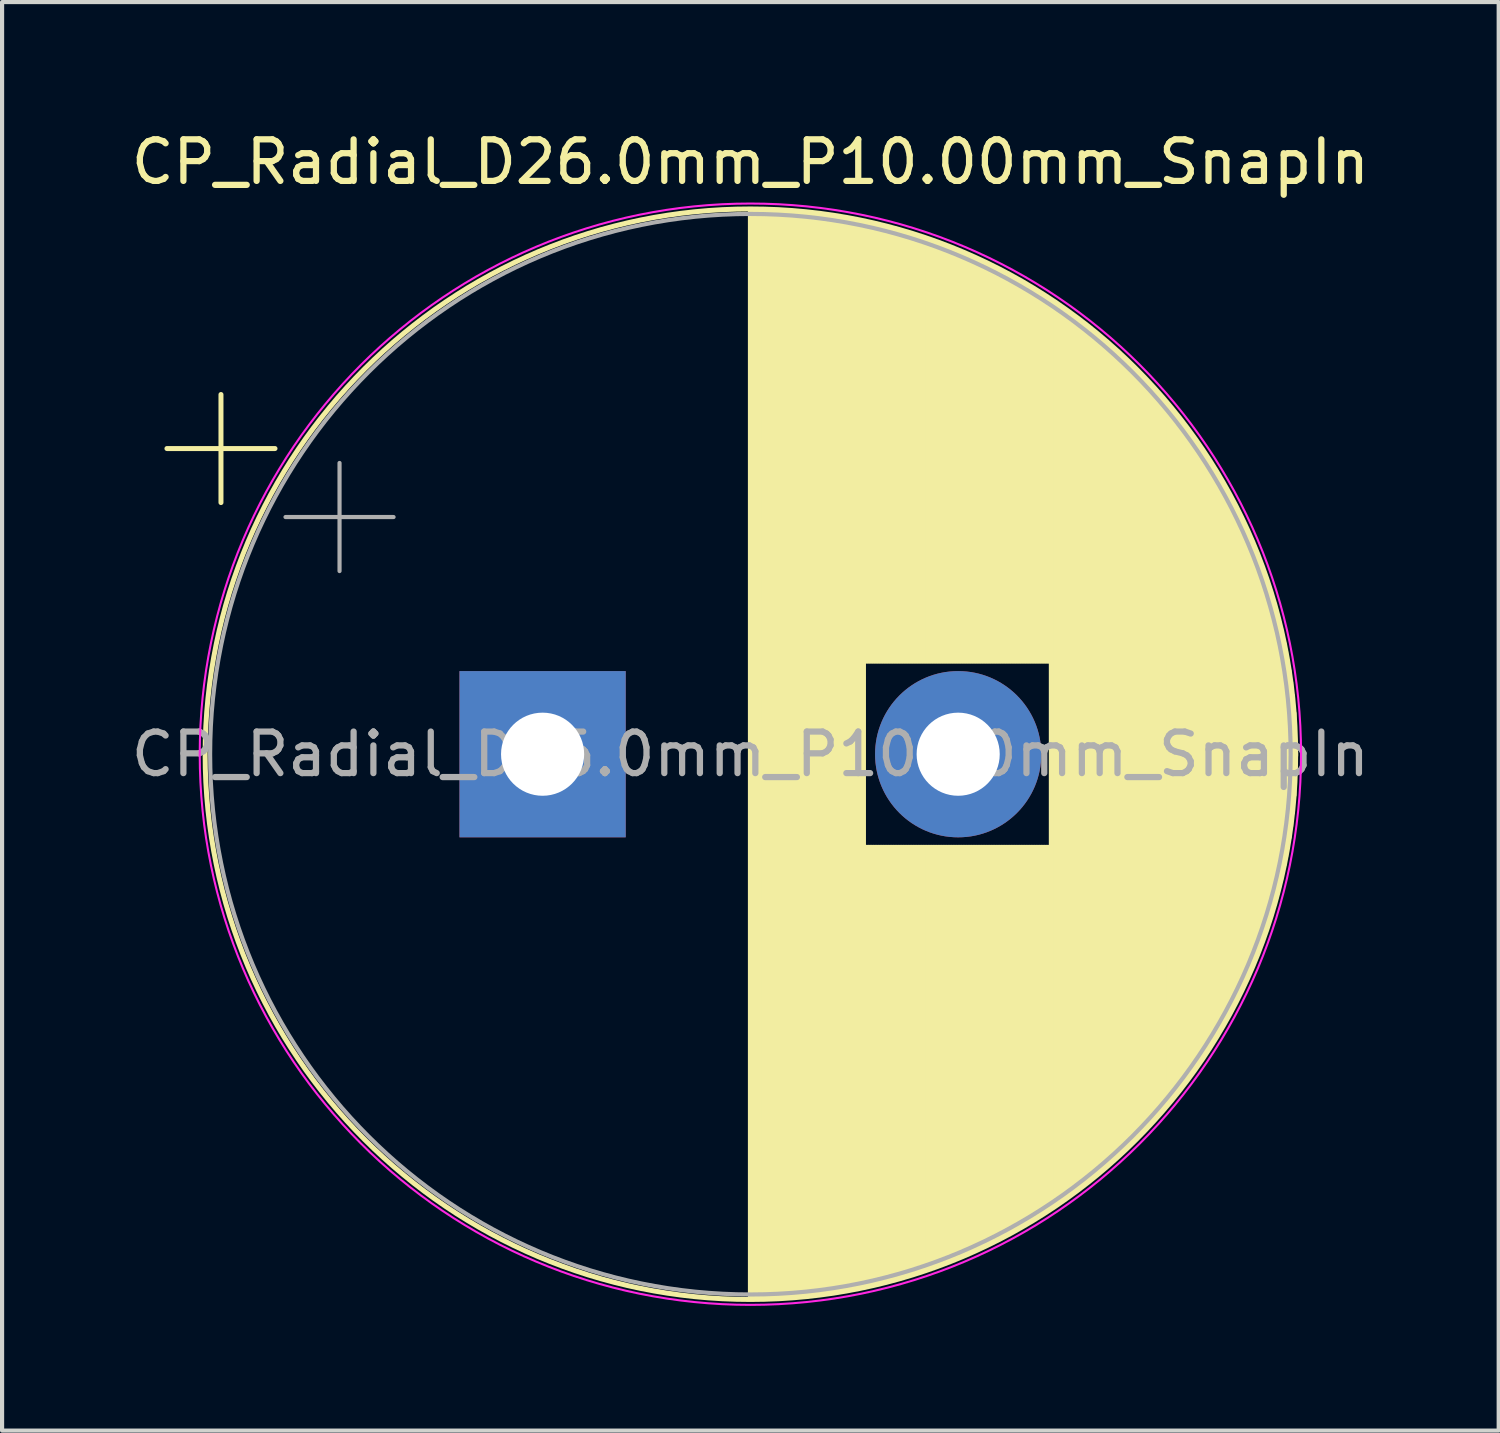
<source format=kicad_pcb>
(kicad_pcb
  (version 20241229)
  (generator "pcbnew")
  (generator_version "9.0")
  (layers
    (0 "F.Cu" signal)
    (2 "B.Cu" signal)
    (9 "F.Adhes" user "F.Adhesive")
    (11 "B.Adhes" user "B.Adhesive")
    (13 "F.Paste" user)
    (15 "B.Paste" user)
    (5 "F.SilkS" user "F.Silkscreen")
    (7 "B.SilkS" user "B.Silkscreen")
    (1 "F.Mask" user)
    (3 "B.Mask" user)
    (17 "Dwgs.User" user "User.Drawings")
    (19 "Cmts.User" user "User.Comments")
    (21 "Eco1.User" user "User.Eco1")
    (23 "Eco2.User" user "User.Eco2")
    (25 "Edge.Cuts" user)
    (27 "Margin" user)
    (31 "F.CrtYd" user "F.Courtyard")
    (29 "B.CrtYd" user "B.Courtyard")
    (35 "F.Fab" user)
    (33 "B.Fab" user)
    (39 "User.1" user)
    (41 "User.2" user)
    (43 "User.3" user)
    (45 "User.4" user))
  (footprint "CP_Radial_D26.0mm_P10.00mm_SnapIn"
    (layer "F.Cu")
    (at 10.006 15.098)
    (property "Reference" "CP_Radial_D26.0mm_P10.00mm_SnapIn" (at 5 -14.25 0) (layer "F.SilkS") (effects (font (size 1 1) (thickness 0.15))))
    (attr through_hole)
    (fp_line (start -9.039 -7.355) (end -6.439 -7.355) (stroke (width 0.12) (type solid)) (layer "F.SilkS"))
    (fp_line (start -7.739 -8.655) (end -7.739 -6.055) (stroke (width 0.12) (type solid)) (layer "F.SilkS"))
    (fp_line (start 5 -13.081) (end 5 13.081) (stroke (width 0.12) (type solid)) (layer "F.SilkS"))
    (fp_line (start 5.04 -13.08) (end 5.04 13.08) (stroke (width 0.12) (type solid)) (layer "F.SilkS"))
    (fp_line (start 5.08 -13.08) (end 5.08 13.08) (stroke (width 0.12) (type solid)) (layer "F.SilkS"))
    (fp_line (start 5.12 -13.08) (end 5.12 13.08) (stroke (width 0.12) (type solid)) (layer "F.SilkS"))
    (fp_line (start 5.16 -13.08) (end 5.16 13.08) (stroke (width 0.12) (type solid)) (layer "F.SilkS"))
    (fp_line (start 5.2 -13.079) (end 5.2 13.079) (stroke (width 0.12) (type solid)) (layer "F.SilkS"))
    (fp_line (start 5.24 -13.078) (end 5.24 13.078) (stroke (width 0.12) (type solid)) (layer "F.SilkS"))
    (fp_line (start 5.28 -13.078) (end 5.28 13.078) (stroke (width 0.12) (type solid)) (layer "F.SilkS"))
    (fp_line (start 5.32 -13.077) (end 5.32 13.077) (stroke (width 0.12) (type solid)) (layer "F.SilkS"))
    (fp_line (start 5.36 -13.076) (end 5.36 13.076) (stroke (width 0.12) (type solid)) (layer "F.SilkS"))
    (fp_line (start 5.4 -13.074) (end 5.4 13.074) (stroke (width 0.12) (type solid)) (layer "F.SilkS"))
    (fp_line (start 5.44 -13.073) (end 5.44 13.073) (stroke (width 0.12) (type solid)) (layer "F.SilkS"))
    (fp_line (start 5.48 -13.072) (end 5.48 13.072) (stroke (width 0.12) (type solid)) (layer "F.SilkS"))
    (fp_line (start 5.52 -13.07) (end 5.52 13.07) (stroke (width 0.12) (type solid)) (layer "F.SilkS"))
    (fp_line (start 5.56 -13.069) (end 5.56 13.069) (stroke (width 0.12) (type solid)) (layer "F.SilkS"))
    (fp_line (start 5.6 -13.067) (end 5.6 13.067) (stroke (width 0.12) (type solid)) (layer "F.SilkS"))
    (fp_line (start 5.64 -13.065) (end 5.64 13.065) (stroke (width 0.12) (type solid)) (layer "F.SilkS"))
    (fp_line (start 5.68 -13.063) (end 5.68 13.063) (stroke (width 0.12) (type solid)) (layer "F.SilkS"))
    (fp_line (start 5.721 -13.061) (end 5.721 13.061) (stroke (width 0.12) (type solid)) (layer "F.SilkS"))
    (fp_line (start 5.761 -13.058) (end 5.761 13.058) (stroke (width 0.12) (type solid)) (layer "F.SilkS"))
    (fp_line (start 5.801 -13.056) (end 5.801 13.056) (stroke (width 0.12) (type solid)) (layer "F.SilkS"))
    (fp_line (start 5.841 -13.054) (end 5.841 13.054) (stroke (width 0.12) (type solid)) (layer "F.SilkS"))
    (fp_line (start 5.881 -13.051) (end 5.881 13.051) (stroke (width 0.12) (type solid)) (layer "F.SilkS"))
    (fp_line (start 5.921 -13.048) (end 5.921 13.048) (stroke (width 0.12) (type solid)) (layer "F.SilkS"))
    (fp_line (start 5.961 -13.045) (end 5.961 13.045) (stroke (width 0.12) (type solid)) (layer "F.SilkS"))
    (fp_line (start 6.001 -13.042) (end 6.001 13.042) (stroke (width 0.12) (type solid)) (layer "F.SilkS"))
    (fp_line (start 6.041 -13.039) (end 6.041 13.039) (stroke (width 0.12) (type solid)) (layer "F.SilkS"))
    (fp_line (start 6.081 -13.036) (end 6.081 13.036) (stroke (width 0.12) (type solid)) (layer "F.SilkS"))
    (fp_line (start 6.121 -13.033) (end 6.121 13.033) (stroke (width 0.12) (type solid)) (layer "F.SilkS"))
    (fp_line (start 6.161 -13.029) (end 6.161 13.029) (stroke (width 0.12) (type solid)) (layer "F.SilkS"))
    (fp_line (start 6.201 -13.026) (end 6.201 13.026) (stroke (width 0.12) (type solid)) (layer "F.SilkS"))
    (fp_line (start 6.241 -13.022) (end 6.241 13.022) (stroke (width 0.12) (type solid)) (layer "F.SilkS"))
    (fp_line (start 6.281 -13.018) (end 6.281 13.018) (stroke (width 0.12) (type solid)) (layer "F.SilkS"))
    (fp_line (start 6.321 -13.014) (end 6.321 13.014) (stroke (width 0.12) (type solid)) (layer "F.SilkS"))
    (fp_line (start 6.361 -13.01) (end 6.361 13.01) (stroke (width 0.12) (type solid)) (layer "F.SilkS"))
    (fp_line (start 6.401 -13.006) (end 6.401 13.006) (stroke (width 0.12) (type solid)) (layer "F.SilkS"))
    (fp_line (start 6.441 -13.001) (end 6.441 13.001) (stroke (width 0.12) (type solid)) (layer "F.SilkS"))
    (fp_line (start 6.481 -12.997) (end 6.481 12.997) (stroke (width 0.12) (type solid)) (layer "F.SilkS"))
    (fp_line (start 6.521 -12.992) (end 6.521 12.992) (stroke (width 0.12) (type solid)) (layer "F.SilkS"))
    (fp_line (start 6.561 -12.987) (end 6.561 12.987) (stroke (width 0.12) (type solid)) (layer "F.SilkS"))
    (fp_line (start 6.601 -12.983) (end 6.601 12.983) (stroke (width 0.12) (type solid)) (layer "F.SilkS"))
    (fp_line (start 6.641 -12.978) (end 6.641 12.978) (stroke (width 0.12) (type solid)) (layer "F.SilkS"))
    (fp_line (start 6.681 -12.972) (end 6.681 12.972) (stroke (width 0.12) (type solid)) (layer "F.SilkS"))
    (fp_line (start 6.721 -12.967) (end 6.721 12.967) (stroke (width 0.12) (type solid)) (layer "F.SilkS"))
    (fp_line (start 6.761 -12.962) (end 6.761 12.962) (stroke (width 0.12) (type solid)) (layer "F.SilkS"))
    (fp_line (start 6.801 -12.956) (end 6.801 12.956) (stroke (width 0.12) (type solid)) (layer "F.SilkS"))
    (fp_line (start 6.841 -12.951) (end 6.841 12.951) (stroke (width 0.12) (type solid)) (layer "F.SilkS"))
    (fp_line (start 6.881 -12.945) (end 6.881 12.945) (stroke (width 0.12) (type solid)) (layer "F.SilkS"))
    (fp_line (start 6.921 -12.939) (end 6.921 12.939) (stroke (width 0.12) (type solid)) (layer "F.SilkS"))
    (fp_line (start 6.961 -12.933) (end 6.961 12.933) (stroke (width 0.12) (type solid)) (layer "F.SilkS"))
    (fp_line (start 7.001 -12.927) (end 7.001 12.927) (stroke (width 0.12) (type solid)) (layer "F.SilkS"))
    (fp_line (start 7.041 -12.921) (end 7.041 12.921) (stroke (width 0.12) (type solid)) (layer "F.SilkS"))
    (fp_line (start 7.081 -12.915) (end 7.081 12.915) (stroke (width 0.12) (type solid)) (layer "F.SilkS"))
    (fp_line (start 7.121 -12.908) (end 7.121 12.908) (stroke (width 0.12) (type solid)) (layer "F.SilkS"))
    (fp_line (start 7.161 -12.901) (end 7.161 12.901) (stroke (width 0.12) (type solid)) (layer "F.SilkS"))
    (fp_line (start 7.201 -12.895) (end 7.201 12.895) (stroke (width 0.12) (type solid)) (layer "F.SilkS"))
    (fp_line (start 7.241 -12.888) (end 7.241 12.888) (stroke (width 0.12) (type solid)) (layer "F.SilkS"))
    (fp_line (start 7.281 -12.881) (end 7.281 12.881) (stroke (width 0.12) (type solid)) (layer "F.SilkS"))
    (fp_line (start 7.321 -12.874) (end 7.321 12.874) (stroke (width 0.12) (type solid)) (layer "F.SilkS"))
    (fp_line (start 7.361 -12.866) (end 7.361 12.866) (stroke (width 0.12) (type solid)) (layer "F.SilkS"))
    (fp_line (start 7.401 -12.859) (end 7.401 12.859) (stroke (width 0.12) (type solid)) (layer "F.SilkS"))
    (fp_line (start 7.441 -12.852) (end 7.441 12.852) (stroke (width 0.12) (type solid)) (layer "F.SilkS"))
    (fp_line (start 7.481 -12.844) (end 7.481 12.844) (stroke (width 0.12) (type solid)) (layer "F.SilkS"))
    (fp_line (start 7.521 -12.836) (end 7.521 12.836) (stroke (width 0.12) (type solid)) (layer "F.SilkS"))
    (fp_line (start 7.561 -12.828) (end 7.561 12.828) (stroke (width 0.12) (type solid)) (layer "F.SilkS"))
    (fp_line (start 7.601 -12.82) (end 7.601 12.82) (stroke (width 0.12) (type solid)) (layer "F.SilkS"))
    (fp_line (start 7.641 -12.812) (end 7.641 12.812) (stroke (width 0.12) (type solid)) (layer "F.SilkS"))
    (fp_line (start 7.681 -12.804) (end 7.681 12.804) (stroke (width 0.12) (type solid)) (layer "F.SilkS"))
    (fp_line (start 7.721 -12.795) (end 7.721 12.795) (stroke (width 0.12) (type solid)) (layer "F.SilkS"))
    (fp_line (start 7.761 -12.787) (end 7.761 -2.24) (stroke (width 0.12) (type solid)) (layer "F.SilkS"))
    (fp_line (start 7.761 2.24) (end 7.761 12.787) (stroke (width 0.12) (type solid)) (layer "F.SilkS"))
    (fp_line (start 7.801 -12.778) (end 7.801 -2.24) (stroke (width 0.12) (type solid)) (layer "F.SilkS"))
    (fp_line (start 7.801 2.24) (end 7.801 12.778) (stroke (width 0.12) (type solid)) (layer "F.SilkS"))
    (fp_line (start 7.841 -12.769) (end 7.841 -2.24) (stroke (width 0.12) (type solid)) (layer "F.SilkS"))
    (fp_line (start 7.841 2.24) (end 7.841 12.769) (stroke (width 0.12) (type solid)) (layer "F.SilkS"))
    (fp_line (start 7.881 -12.761) (end 7.881 -2.24) (stroke (width 0.12) (type solid)) (layer "F.SilkS"))
    (fp_line (start 7.881 2.24) (end 7.881 12.761) (stroke (width 0.12) (type solid)) (layer "F.SilkS"))
    (fp_line (start 7.921 -12.751) (end 7.921 -2.24) (stroke (width 0.12) (type solid)) (layer "F.SilkS"))
    (fp_line (start 7.921 2.24) (end 7.921 12.751) (stroke (width 0.12) (type solid)) (layer "F.SilkS"))
    (fp_line (start 7.961 -12.742) (end 7.961 -2.24) (stroke (width 0.12) (type solid)) (layer "F.SilkS"))
    (fp_line (start 7.961 2.24) (end 7.961 12.742) (stroke (width 0.12) (type solid)) (layer "F.SilkS"))
    (fp_line (start 8.001 -12.733) (end 8.001 -2.24) (stroke (width 0.12) (type solid)) (layer "F.SilkS"))
    (fp_line (start 8.001 2.24) (end 8.001 12.733) (stroke (width 0.12) (type solid)) (layer "F.SilkS"))
    (fp_line (start 8.041 -12.723) (end 8.041 -2.24) (stroke (width 0.12) (type solid)) (layer "F.SilkS"))
    (fp_line (start 8.041 2.24) (end 8.041 12.723) (stroke (width 0.12) (type solid)) (layer "F.SilkS"))
    (fp_line (start 8.081 -12.714) (end 8.081 -2.24) (stroke (width 0.12) (type solid)) (layer "F.SilkS"))
    (fp_line (start 8.081 2.24) (end 8.081 12.714) (stroke (width 0.12) (type solid)) (layer "F.SilkS"))
    (fp_line (start 8.121 -12.704) (end 8.121 -2.24) (stroke (width 0.12) (type solid)) (layer "F.SilkS"))
    (fp_line (start 8.121 2.24) (end 8.121 12.704) (stroke (width 0.12) (type solid)) (layer "F.SilkS"))
    (fp_line (start 8.161 -12.694) (end 8.161 -2.24) (stroke (width 0.12) (type solid)) (layer "F.SilkS"))
    (fp_line (start 8.161 2.24) (end 8.161 12.694) (stroke (width 0.12) (type solid)) (layer "F.SilkS"))
    (fp_line (start 8.201 -12.684) (end 8.201 -2.24) (stroke (width 0.12) (type solid)) (layer "F.SilkS"))
    (fp_line (start 8.201 2.24) (end 8.201 12.684) (stroke (width 0.12) (type solid)) (layer "F.SilkS"))
    (fp_line (start 8.241 -12.674) (end 8.241 -2.24) (stroke (width 0.12) (type solid)) (layer "F.SilkS"))
    (fp_line (start 8.241 2.24) (end 8.241 12.674) (stroke (width 0.12) (type solid)) (layer "F.SilkS"))
    (fp_line (start 8.281 -12.664) (end 8.281 -2.24) (stroke (width 0.12) (type solid)) (layer "F.SilkS"))
    (fp_line (start 8.281 2.24) (end 8.281 12.664) (stroke (width 0.12) (type solid)) (layer "F.SilkS"))
    (fp_line (start 8.321 -12.653) (end 8.321 -2.24) (stroke (width 0.12) (type solid)) (layer "F.SilkS"))
    (fp_line (start 8.321 2.24) (end 8.321 12.653) (stroke (width 0.12) (type solid)) (layer "F.SilkS"))
    (fp_line (start 8.361 -12.643) (end 8.361 -2.24) (stroke (width 0.12) (type solid)) (layer "F.SilkS"))
    (fp_line (start 8.361 2.24) (end 8.361 12.643) (stroke (width 0.12) (type solid)) (layer "F.SilkS"))
    (fp_line (start 8.401 -12.632) (end 8.401 -2.24) (stroke (width 0.12) (type solid)) (layer "F.SilkS"))
    (fp_line (start 8.401 2.24) (end 8.401 12.632) (stroke (width 0.12) (type solid)) (layer "F.SilkS"))
    (fp_line (start 8.441 -12.621) (end 8.441 -2.24) (stroke (width 0.12) (type solid)) (layer "F.SilkS"))
    (fp_line (start 8.441 2.24) (end 8.441 12.621) (stroke (width 0.12) (type solid)) (layer "F.SilkS"))
    (fp_line (start 8.481 -12.611) (end 8.481 -2.24) (stroke (width 0.12) (type solid)) (layer "F.SilkS"))
    (fp_line (start 8.481 2.24) (end 8.481 12.611) (stroke (width 0.12) (type solid)) (layer "F.SilkS"))
    (fp_line (start 8.521 -12.599) (end 8.521 -2.24) (stroke (width 0.12) (type solid)) (layer "F.SilkS"))
    (fp_line (start 8.521 2.24) (end 8.521 12.599) (stroke (width 0.12) (type solid)) (layer "F.SilkS"))
    (fp_line (start 8.561 -12.588) (end 8.561 -2.24) (stroke (width 0.12) (type solid)) (layer "F.SilkS"))
    (fp_line (start 8.561 2.24) (end 8.561 12.588) (stroke (width 0.12) (type solid)) (layer "F.SilkS"))
    (fp_line (start 8.601 -12.577) (end 8.601 -2.24) (stroke (width 0.12) (type solid)) (layer "F.SilkS"))
    (fp_line (start 8.601 2.24) (end 8.601 12.577) (stroke (width 0.12) (type solid)) (layer "F.SilkS"))
    (fp_line (start 8.641 -12.565) (end 8.641 -2.24) (stroke (width 0.12) (type solid)) (layer "F.SilkS"))
    (fp_line (start 8.641 2.24) (end 8.641 12.565) (stroke (width 0.12) (type solid)) (layer "F.SilkS"))
    (fp_line (start 8.681 -12.554) (end 8.681 -2.24) (stroke (width 0.12) (type solid)) (layer "F.SilkS"))
    (fp_line (start 8.681 2.24) (end 8.681 12.554) (stroke (width 0.12) (type solid)) (layer "F.SilkS"))
    (fp_line (start 8.721 -12.542) (end 8.721 -2.24) (stroke (width 0.12) (type solid)) (layer "F.SilkS"))
    (fp_line (start 8.721 2.24) (end 8.721 12.542) (stroke (width 0.12) (type solid)) (layer "F.SilkS"))
    (fp_line (start 8.761 -12.53) (end 8.761 -2.24) (stroke (width 0.12) (type solid)) (layer "F.SilkS"))
    (fp_line (start 8.761 2.24) (end 8.761 12.53) (stroke (width 0.12) (type solid)) (layer "F.SilkS"))
    (fp_line (start 8.801 -12.518) (end 8.801 -2.24) (stroke (width 0.12) (type solid)) (layer "F.SilkS"))
    (fp_line (start 8.801 2.24) (end 8.801 12.518) (stroke (width 0.12) (type solid)) (layer "F.SilkS"))
    (fp_line (start 8.841 -12.506) (end 8.841 -2.24) (stroke (width 0.12) (type solid)) (layer "F.SilkS"))
    (fp_line (start 8.841 2.24) (end 8.841 12.506) (stroke (width 0.12) (type solid)) (layer "F.SilkS"))
    (fp_line (start 8.881 -12.494) (end 8.881 -2.24) (stroke (width 0.12) (type solid)) (layer "F.SilkS"))
    (fp_line (start 8.881 2.24) (end 8.881 12.494) (stroke (width 0.12) (type solid)) (layer "F.SilkS"))
    (fp_line (start 8.921 -12.481) (end 8.921 -2.24) (stroke (width 0.12) (type solid)) (layer "F.SilkS"))
    (fp_line (start 8.921 2.24) (end 8.921 12.481) (stroke (width 0.12) (type solid)) (layer "F.SilkS"))
    (fp_line (start 8.961 -12.469) (end 8.961 -2.24) (stroke (width 0.12) (type solid)) (layer "F.SilkS"))
    (fp_line (start 8.961 2.24) (end 8.961 12.469) (stroke (width 0.12) (type solid)) (layer "F.SilkS"))
    (fp_line (start 9.001 -12.456) (end 9.001 -2.24) (stroke (width 0.12) (type solid)) (layer "F.SilkS"))
    (fp_line (start 9.001 2.24) (end 9.001 12.456) (stroke (width 0.12) (type solid)) (layer "F.SilkS"))
    (fp_line (start 9.041 -12.443) (end 9.041 -2.24) (stroke (width 0.12) (type solid)) (layer "F.SilkS"))
    (fp_line (start 9.041 2.24) (end 9.041 12.443) (stroke (width 0.12) (type solid)) (layer "F.SilkS"))
    (fp_line (start 9.081 -12.43) (end 9.081 -2.24) (stroke (width 0.12) (type solid)) (layer "F.SilkS"))
    (fp_line (start 9.081 2.24) (end 9.081 12.43) (stroke (width 0.12) (type solid)) (layer "F.SilkS"))
    (fp_line (start 9.121 -12.417) (end 9.121 -2.24) (stroke (width 0.12) (type solid)) (layer "F.SilkS"))
    (fp_line (start 9.121 2.24) (end 9.121 12.417) (stroke (width 0.12) (type solid)) (layer "F.SilkS"))
    (fp_line (start 9.161 -12.404) (end 9.161 -2.24) (stroke (width 0.12) (type solid)) (layer "F.SilkS"))
    (fp_line (start 9.161 2.24) (end 9.161 12.404) (stroke (width 0.12) (type solid)) (layer "F.SilkS"))
    (fp_line (start 9.201 -12.39) (end 9.201 -2.24) (stroke (width 0.12) (type solid)) (layer "F.SilkS"))
    (fp_line (start 9.201 2.24) (end 9.201 12.39) (stroke (width 0.12) (type solid)) (layer "F.SilkS"))
    (fp_line (start 9.241 -12.376) (end 9.241 -2.24) (stroke (width 0.12) (type solid)) (layer "F.SilkS"))
    (fp_line (start 9.241 2.24) (end 9.241 12.376) (stroke (width 0.12) (type solid)) (layer "F.SilkS"))
    (fp_line (start 9.281 -12.363) (end 9.281 -2.24) (stroke (width 0.12) (type solid)) (layer "F.SilkS"))
    (fp_line (start 9.281 2.24) (end 9.281 12.363) (stroke (width 0.12) (type solid)) (layer "F.SilkS"))
    (fp_line (start 9.321 -12.349) (end 9.321 -2.24) (stroke (width 0.12) (type solid)) (layer "F.SilkS"))
    (fp_line (start 9.321 2.24) (end 9.321 12.349) (stroke (width 0.12) (type solid)) (layer "F.SilkS"))
    (fp_line (start 9.361 -12.335) (end 9.361 -2.24) (stroke (width 0.12) (type solid)) (layer "F.SilkS"))
    (fp_line (start 9.361 2.24) (end 9.361 12.335) (stroke (width 0.12) (type solid)) (layer "F.SilkS"))
    (fp_line (start 9.401 -12.321) (end 9.401 -2.24) (stroke (width 0.12) (type solid)) (layer "F.SilkS"))
    (fp_line (start 9.401 2.24) (end 9.401 12.321) (stroke (width 0.12) (type solid)) (layer "F.SilkS"))
    (fp_line (start 9.441 -12.306) (end 9.441 -2.24) (stroke (width 0.12) (type solid)) (layer "F.SilkS"))
    (fp_line (start 9.441 2.24) (end 9.441 12.306) (stroke (width 0.12) (type solid)) (layer "F.SilkS"))
    (fp_line (start 9.481 -12.292) (end 9.481 -2.24) (stroke (width 0.12) (type solid)) (layer "F.SilkS"))
    (fp_line (start 9.481 2.24) (end 9.481 12.292) (stroke (width 0.12) (type solid)) (layer "F.SilkS"))
    (fp_line (start 9.521 -12.277) (end 9.521 -2.24) (stroke (width 0.12) (type solid)) (layer "F.SilkS"))
    (fp_line (start 9.521 2.24) (end 9.521 12.277) (stroke (width 0.12) (type solid)) (layer "F.SilkS"))
    (fp_line (start 9.561 -12.263) (end 9.561 -2.24) (stroke (width 0.12) (type solid)) (layer "F.SilkS"))
    (fp_line (start 9.561 2.24) (end 9.561 12.263) (stroke (width 0.12) (type solid)) (layer "F.SilkS"))
    (fp_line (start 9.601 -12.248) (end 9.601 -2.24) (stroke (width 0.12) (type solid)) (layer "F.SilkS"))
    (fp_line (start 9.601 2.24) (end 9.601 12.248) (stroke (width 0.12) (type solid)) (layer "F.SilkS"))
    (fp_line (start 9.641 -12.233) (end 9.641 -2.24) (stroke (width 0.12) (type solid)) (layer "F.SilkS"))
    (fp_line (start 9.641 2.24) (end 9.641 12.233) (stroke (width 0.12) (type solid)) (layer "F.SilkS"))
    (fp_line (start 9.681 -12.217) (end 9.681 -2.24) (stroke (width 0.12) (type solid)) (layer "F.SilkS"))
    (fp_line (start 9.681 2.24) (end 9.681 12.217) (stroke (width 0.12) (type solid)) (layer "F.SilkS"))
    (fp_line (start 9.721 -12.202) (end 9.721 -2.24) (stroke (width 0.12) (type solid)) (layer "F.SilkS"))
    (fp_line (start 9.721 2.24) (end 9.721 12.202) (stroke (width 0.12) (type solid)) (layer "F.SilkS"))
    (fp_line (start 9.761 -12.187) (end 9.761 -2.24) (stroke (width 0.12) (type solid)) (layer "F.SilkS"))
    (fp_line (start 9.761 2.24) (end 9.761 12.187) (stroke (width 0.12) (type solid)) (layer "F.SilkS"))
    (fp_line (start 9.801 -12.171) (end 9.801 -2.24) (stroke (width 0.12) (type solid)) (layer "F.SilkS"))
    (fp_line (start 9.801 2.24) (end 9.801 12.171) (stroke (width 0.12) (type solid)) (layer "F.SilkS"))
    (fp_line (start 9.841 -12.155) (end 9.841 -2.24) (stroke (width 0.12) (type solid)) (layer "F.SilkS"))
    (fp_line (start 9.841 2.24) (end 9.841 12.155) (stroke (width 0.12) (type solid)) (layer "F.SilkS"))
    (fp_line (start 9.881 -12.139) (end 9.881 -2.24) (stroke (width 0.12) (type solid)) (layer "F.SilkS"))
    (fp_line (start 9.881 2.24) (end 9.881 12.139) (stroke (width 0.12) (type solid)) (layer "F.SilkS"))
    (fp_line (start 9.921 -12.123) (end 9.921 -2.24) (stroke (width 0.12) (type solid)) (layer "F.SilkS"))
    (fp_line (start 9.921 2.24) (end 9.921 12.123) (stroke (width 0.12) (type solid)) (layer "F.SilkS"))
    (fp_line (start 9.961 -12.107) (end 9.961 -2.24) (stroke (width 0.12) (type solid)) (layer "F.SilkS"))
    (fp_line (start 9.961 2.24) (end 9.961 12.107) (stroke (width 0.12) (type solid)) (layer "F.SilkS"))
    (fp_line (start 10.001 -12.09) (end 10.001 -2.24) (stroke (width 0.12) (type solid)) (layer "F.SilkS"))
    (fp_line (start 10.001 2.24) (end 10.001 12.09) (stroke (width 0.12) (type solid)) (layer "F.SilkS"))
    (fp_line (start 10.041 -12.074) (end 10.041 -2.24) (stroke (width 0.12) (type solid)) (layer "F.SilkS"))
    (fp_line (start 10.041 2.24) (end 10.041 12.074) (stroke (width 0.12) (type solid)) (layer "F.SilkS"))
    (fp_line (start 10.081 -12.057) (end 10.081 -2.24) (stroke (width 0.12) (type solid)) (layer "F.SilkS"))
    (fp_line (start 10.081 2.24) (end 10.081 12.057) (stroke (width 0.12) (type solid)) (layer "F.SilkS"))
    (fp_line (start 10.121 -12.04) (end 10.121 -2.24) (stroke (width 0.12) (type solid)) (layer "F.SilkS"))
    (fp_line (start 10.121 2.24) (end 10.121 12.04) (stroke (width 0.12) (type solid)) (layer "F.SilkS"))
    (fp_line (start 10.161 -12.023) (end 10.161 -2.24) (stroke (width 0.12) (type solid)) (layer "F.SilkS"))
    (fp_line (start 10.161 2.24) (end 10.161 12.023) (stroke (width 0.12) (type solid)) (layer "F.SilkS"))
    (fp_line (start 10.201 -12.006) (end 10.201 -2.24) (stroke (width 0.12) (type solid)) (layer "F.SilkS"))
    (fp_line (start 10.201 2.24) (end 10.201 12.006) (stroke (width 0.12) (type solid)) (layer "F.SilkS"))
    (fp_line (start 10.241 -11.989) (end 10.241 -2.24) (stroke (width 0.12) (type solid)) (layer "F.SilkS"))
    (fp_line (start 10.241 2.24) (end 10.241 11.989) (stroke (width 0.12) (type solid)) (layer "F.SilkS"))
    (fp_line (start 10.281 -11.971) (end 10.281 -2.24) (stroke (width 0.12) (type solid)) (layer "F.SilkS"))
    (fp_line (start 10.281 2.24) (end 10.281 11.971) (stroke (width 0.12) (type solid)) (layer "F.SilkS"))
    (fp_line (start 10.321 -11.953) (end 10.321 -2.24) (stroke (width 0.12) (type solid)) (layer "F.SilkS"))
    (fp_line (start 10.321 2.24) (end 10.321 11.953) (stroke (width 0.12) (type solid)) (layer "F.SilkS"))
    (fp_line (start 10.361 -11.936) (end 10.361 -2.24) (stroke (width 0.12) (type solid)) (layer "F.SilkS"))
    (fp_line (start 10.361 2.24) (end 10.361 11.936) (stroke (width 0.12) (type solid)) (layer "F.SilkS"))
    (fp_line (start 10.401 -11.918) (end 10.401 -2.24) (stroke (width 0.12) (type solid)) (layer "F.SilkS"))
    (fp_line (start 10.401 2.24) (end 10.401 11.918) (stroke (width 0.12) (type solid)) (layer "F.SilkS"))
    (fp_line (start 10.441 -11.9) (end 10.441 -2.24) (stroke (width 0.12) (type solid)) (layer "F.SilkS"))
    (fp_line (start 10.441 2.24) (end 10.441 11.9) (stroke (width 0.12) (type solid)) (layer "F.SilkS"))
    (fp_line (start 10.481 -11.881) (end 10.481 -2.24) (stroke (width 0.12) (type solid)) (layer "F.SilkS"))
    (fp_line (start 10.481 2.24) (end 10.481 11.881) (stroke (width 0.12) (type solid)) (layer "F.SilkS"))
    (fp_line (start 10.521 -11.863) (end 10.521 -2.24) (stroke (width 0.12) (type solid)) (layer "F.SilkS"))
    (fp_line (start 10.521 2.24) (end 10.521 11.863) (stroke (width 0.12) (type solid)) (layer "F.SilkS"))
    (fp_line (start 10.561 -11.844) (end 10.561 -2.24) (stroke (width 0.12) (type solid)) (layer "F.SilkS"))
    (fp_line (start 10.561 2.24) (end 10.561 11.844) (stroke (width 0.12) (type solid)) (layer "F.SilkS"))
    (fp_line (start 10.601 -11.825) (end 10.601 -2.24) (stroke (width 0.12) (type solid)) (layer "F.SilkS"))
    (fp_line (start 10.601 2.24) (end 10.601 11.825) (stroke (width 0.12) (type solid)) (layer "F.SilkS"))
    (fp_line (start 10.641 -11.806) (end 10.641 -2.24) (stroke (width 0.12) (type solid)) (layer "F.SilkS"))
    (fp_line (start 10.641 2.24) (end 10.641 11.806) (stroke (width 0.12) (type solid)) (layer "F.SilkS"))
    (fp_line (start 10.681 -11.787) (end 10.681 -2.24) (stroke (width 0.12) (type solid)) (layer "F.SilkS"))
    (fp_line (start 10.681 2.24) (end 10.681 11.787) (stroke (width 0.12) (type solid)) (layer "F.SilkS"))
    (fp_line (start 10.721 -11.768) (end 10.721 -2.24) (stroke (width 0.12) (type solid)) (layer "F.SilkS"))
    (fp_line (start 10.721 2.24) (end 10.721 11.768) (stroke (width 0.12) (type solid)) (layer "F.SilkS"))
    (fp_line (start 10.761 -11.748) (end 10.761 -2.24) (stroke (width 0.12) (type solid)) (layer "F.SilkS"))
    (fp_line (start 10.761 2.24) (end 10.761 11.748) (stroke (width 0.12) (type solid)) (layer "F.SilkS"))
    (fp_line (start 10.801 -11.729) (end 10.801 -2.24) (stroke (width 0.12) (type solid)) (layer "F.SilkS"))
    (fp_line (start 10.801 2.24) (end 10.801 11.729) (stroke (width 0.12) (type solid)) (layer "F.SilkS"))
    (fp_line (start 10.841 -11.709) (end 10.841 -2.24) (stroke (width 0.12) (type solid)) (layer "F.SilkS"))
    (fp_line (start 10.841 2.24) (end 10.841 11.709) (stroke (width 0.12) (type solid)) (layer "F.SilkS"))
    (fp_line (start 10.881 -11.689) (end 10.881 -2.24) (stroke (width 0.12) (type solid)) (layer "F.SilkS"))
    (fp_line (start 10.881 2.24) (end 10.881 11.689) (stroke (width 0.12) (type solid)) (layer "F.SilkS"))
    (fp_line (start 10.921 -11.669) (end 10.921 -2.24) (stroke (width 0.12) (type solid)) (layer "F.SilkS"))
    (fp_line (start 10.921 2.24) (end 10.921 11.669) (stroke (width 0.12) (type solid)) (layer "F.SilkS"))
    (fp_line (start 10.961 -11.649) (end 10.961 -2.24) (stroke (width 0.12) (type solid)) (layer "F.SilkS"))
    (fp_line (start 10.961 2.24) (end 10.961 11.649) (stroke (width 0.12) (type solid)) (layer "F.SilkS"))
    (fp_line (start 11.001 -11.628) (end 11.001 -2.24) (stroke (width 0.12) (type solid)) (layer "F.SilkS"))
    (fp_line (start 11.001 2.24) (end 11.001 11.628) (stroke (width 0.12) (type solid)) (layer "F.SilkS"))
    (fp_line (start 11.041 -11.608) (end 11.041 -2.24) (stroke (width 0.12) (type solid)) (layer "F.SilkS"))
    (fp_line (start 11.041 2.24) (end 11.041 11.608) (stroke (width 0.12) (type solid)) (layer "F.SilkS"))
    (fp_line (start 11.081 -11.587) (end 11.081 -2.24) (stroke (width 0.12) (type solid)) (layer "F.SilkS"))
    (fp_line (start 11.081 2.24) (end 11.081 11.587) (stroke (width 0.12) (type solid)) (layer "F.SilkS"))
    (fp_line (start 11.121 -11.566) (end 11.121 -2.24) (stroke (width 0.12) (type solid)) (layer "F.SilkS"))
    (fp_line (start 11.121 2.24) (end 11.121 11.566) (stroke (width 0.12) (type solid)) (layer "F.SilkS"))
    (fp_line (start 11.161 -11.544) (end 11.161 -2.24) (stroke (width 0.12) (type solid)) (layer "F.SilkS"))
    (fp_line (start 11.161 2.24) (end 11.161 11.544) (stroke (width 0.12) (type solid)) (layer "F.SilkS"))
    (fp_line (start 11.201 -11.523) (end 11.201 -2.24) (stroke (width 0.12) (type solid)) (layer "F.SilkS"))
    (fp_line (start 11.201 2.24) (end 11.201 11.523) (stroke (width 0.12) (type solid)) (layer "F.SilkS"))
    (fp_line (start 11.241 -11.502) (end 11.241 -2.24) (stroke (width 0.12) (type solid)) (layer "F.SilkS"))
    (fp_line (start 11.241 2.24) (end 11.241 11.502) (stroke (width 0.12) (type solid)) (layer "F.SilkS"))
    (fp_line (start 11.281 -11.48) (end 11.281 -2.24) (stroke (width 0.12) (type solid)) (layer "F.SilkS"))
    (fp_line (start 11.281 2.24) (end 11.281 11.48) (stroke (width 0.12) (type solid)) (layer "F.SilkS"))
    (fp_line (start 11.321 -11.458) (end 11.321 -2.24) (stroke (width 0.12) (type solid)) (layer "F.SilkS"))
    (fp_line (start 11.321 2.24) (end 11.321 11.458) (stroke (width 0.12) (type solid)) (layer "F.SilkS"))
    (fp_line (start 11.361 -11.436) (end 11.361 -2.24) (stroke (width 0.12) (type solid)) (layer "F.SilkS"))
    (fp_line (start 11.361 2.24) (end 11.361 11.436) (stroke (width 0.12) (type solid)) (layer "F.SilkS"))
    (fp_line (start 11.401 -11.414) (end 11.401 -2.24) (stroke (width 0.12) (type solid)) (layer "F.SilkS"))
    (fp_line (start 11.401 2.24) (end 11.401 11.414) (stroke (width 0.12) (type solid)) (layer "F.SilkS"))
    (fp_line (start 11.441 -11.391) (end 11.441 -2.24) (stroke (width 0.12) (type solid)) (layer "F.SilkS"))
    (fp_line (start 11.441 2.24) (end 11.441 11.391) (stroke (width 0.12) (type solid)) (layer "F.SilkS"))
    (fp_line (start 11.481 -11.369) (end 11.481 -2.24) (stroke (width 0.12) (type solid)) (layer "F.SilkS"))
    (fp_line (start 11.481 2.24) (end 11.481 11.369) (stroke (width 0.12) (type solid)) (layer "F.SilkS"))
    (fp_line (start 11.521 -11.346) (end 11.521 -2.24) (stroke (width 0.12) (type solid)) (layer "F.SilkS"))
    (fp_line (start 11.521 2.24) (end 11.521 11.346) (stroke (width 0.12) (type solid)) (layer "F.SilkS"))
    (fp_line (start 11.561 -11.323) (end 11.561 -2.24) (stroke (width 0.12) (type solid)) (layer "F.SilkS"))
    (fp_line (start 11.561 2.24) (end 11.561 11.323) (stroke (width 0.12) (type solid)) (layer "F.SilkS"))
    (fp_line (start 11.601 -11.3) (end 11.601 -2.24) (stroke (width 0.12) (type solid)) (layer "F.SilkS"))
    (fp_line (start 11.601 2.24) (end 11.601 11.3) (stroke (width 0.12) (type solid)) (layer "F.SilkS"))
    (fp_line (start 11.641 -11.276) (end 11.641 -2.24) (stroke (width 0.12) (type solid)) (layer "F.SilkS"))
    (fp_line (start 11.641 2.24) (end 11.641 11.276) (stroke (width 0.12) (type solid)) (layer "F.SilkS"))
    (fp_line (start 11.681 -11.253) (end 11.681 -2.24) (stroke (width 0.12) (type solid)) (layer "F.SilkS"))
    (fp_line (start 11.681 2.24) (end 11.681 11.253) (stroke (width 0.12) (type solid)) (layer "F.SilkS"))
    (fp_line (start 11.721 -11.229) (end 11.721 -2.24) (stroke (width 0.12) (type solid)) (layer "F.SilkS"))
    (fp_line (start 11.721 2.24) (end 11.721 11.229) (stroke (width 0.12) (type solid)) (layer "F.SilkS"))
    (fp_line (start 11.761 -11.205) (end 11.761 -2.24) (stroke (width 0.12) (type solid)) (layer "F.SilkS"))
    (fp_line (start 11.761 2.24) (end 11.761 11.205) (stroke (width 0.12) (type solid)) (layer "F.SilkS"))
    (fp_line (start 11.801 -11.181) (end 11.801 -2.24) (stroke (width 0.12) (type solid)) (layer "F.SilkS"))
    (fp_line (start 11.801 2.24) (end 11.801 11.181) (stroke (width 0.12) (type solid)) (layer "F.SilkS"))
    (fp_line (start 11.841 -11.156) (end 11.841 -2.24) (stroke (width 0.12) (type solid)) (layer "F.SilkS"))
    (fp_line (start 11.841 2.24) (end 11.841 11.156) (stroke (width 0.12) (type solid)) (layer "F.SilkS"))
    (fp_line (start 11.881 -11.132) (end 11.881 -2.24) (stroke (width 0.12) (type solid)) (layer "F.SilkS"))
    (fp_line (start 11.881 2.24) (end 11.881 11.132) (stroke (width 0.12) (type solid)) (layer "F.SilkS"))
    (fp_line (start 11.921 -11.107) (end 11.921 -2.24) (stroke (width 0.12) (type solid)) (layer "F.SilkS"))
    (fp_line (start 11.921 2.24) (end 11.921 11.107) (stroke (width 0.12) (type solid)) (layer "F.SilkS"))
    (fp_line (start 11.961 -11.082) (end 11.961 -2.24) (stroke (width 0.12) (type solid)) (layer "F.SilkS"))
    (fp_line (start 11.961 2.24) (end 11.961 11.082) (stroke (width 0.12) (type solid)) (layer "F.SilkS"))
    (fp_line (start 12.001 -11.057) (end 12.001 -2.24) (stroke (width 0.12) (type solid)) (layer "F.SilkS"))
    (fp_line (start 12.001 2.24) (end 12.001 11.057) (stroke (width 0.12) (type solid)) (layer "F.SilkS"))
    (fp_line (start 12.041 -11.032) (end 12.041 -2.24) (stroke (width 0.12) (type solid)) (layer "F.SilkS"))
    (fp_line (start 12.041 2.24) (end 12.041 11.032) (stroke (width 0.12) (type solid)) (layer "F.SilkS"))
    (fp_line (start 12.081 -11.006) (end 12.081 -2.24) (stroke (width 0.12) (type solid)) (layer "F.SilkS"))
    (fp_line (start 12.081 2.24) (end 12.081 11.006) (stroke (width 0.12) (type solid)) (layer "F.SilkS"))
    (fp_line (start 12.121 -10.98) (end 12.121 -2.24) (stroke (width 0.12) (type solid)) (layer "F.SilkS"))
    (fp_line (start 12.121 2.24) (end 12.121 10.98) (stroke (width 0.12) (type solid)) (layer "F.SilkS"))
    (fp_line (start 12.161 -10.955) (end 12.161 -2.24) (stroke (width 0.12) (type solid)) (layer "F.SilkS"))
    (fp_line (start 12.161 2.24) (end 12.161 10.955) (stroke (width 0.12) (type solid)) (layer "F.SilkS"))
    (fp_line (start 12.201 -10.928) (end 12.201 -2.24) (stroke (width 0.12) (type solid)) (layer "F.SilkS"))
    (fp_line (start 12.201 2.24) (end 12.201 10.928) (stroke (width 0.12) (type solid)) (layer "F.SilkS"))
    (fp_line (start 12.241 -10.902) (end 12.241 10.902) (stroke (width 0.12) (type solid)) (layer "F.SilkS"))
    (fp_line (start 12.281 -10.875) (end 12.281 10.875) (stroke (width 0.12) (type solid)) (layer "F.SilkS"))
    (fp_line (start 12.321 -10.849) (end 12.321 10.849) (stroke (width 0.12) (type solid)) (layer "F.SilkS"))
    (fp_line (start 12.361 -10.822) (end 12.361 10.822) (stroke (width 0.12) (type solid)) (layer "F.SilkS"))
    (fp_line (start 12.401 -10.794) (end 12.401 10.794) (stroke (width 0.12) (type solid)) (layer "F.SilkS"))
    (fp_line (start 12.441 -10.767) (end 12.441 10.767) (stroke (width 0.12) (type solid)) (layer "F.SilkS"))
    (fp_line (start 12.481 -10.739) (end 12.481 10.739) (stroke (width 0.12) (type solid)) (layer "F.SilkS"))
    (fp_line (start 12.521 -10.711) (end 12.521 10.711) (stroke (width 0.12) (type solid)) (layer "F.SilkS"))
    (fp_line (start 12.561 -10.683) (end 12.561 10.683) (stroke (width 0.12) (type solid)) (layer "F.SilkS"))
    (fp_line (start 12.601 -10.655) (end 12.601 10.655) (stroke (width 0.12) (type solid)) (layer "F.SilkS"))
    (fp_line (start 12.641 -10.627) (end 12.641 10.627) (stroke (width 0.12) (type solid)) (layer "F.SilkS"))
    (fp_line (start 12.681 -10.598) (end 12.681 10.598) (stroke (width 0.12) (type solid)) (layer "F.SilkS"))
    (fp_line (start 12.721 -10.569) (end 12.721 10.569) (stroke (width 0.12) (type solid)) (layer "F.SilkS"))
    (fp_line (start 12.761 -10.54) (end 12.761 10.54) (stroke (width 0.12) (type solid)) (layer "F.SilkS"))
    (fp_line (start 12.801 -10.51) (end 12.801 10.51) (stroke (width 0.12) (type solid)) (layer "F.SilkS"))
    (fp_line (start 12.841 -10.48) (end 12.841 10.48) (stroke (width 0.12) (type solid)) (layer "F.SilkS"))
    (fp_line (start 12.881 -10.45) (end 12.881 10.45) (stroke (width 0.12) (type solid)) (layer "F.SilkS"))
    (fp_line (start 12.921 -10.42) (end 12.921 10.42) (stroke (width 0.12) (type solid)) (layer "F.SilkS"))
    (fp_line (start 12.961 -10.39) (end 12.961 10.39) (stroke (width 0.12) (type solid)) (layer "F.SilkS"))
    (fp_line (start 13.001 -10.359) (end 13.001 10.359) (stroke (width 0.12) (type solid)) (layer "F.SilkS"))
    (fp_line (start 13.041 -10.328) (end 13.041 10.328) (stroke (width 0.12) (type solid)) (layer "F.SilkS"))
    (fp_line (start 13.081 -10.297) (end 13.081 10.297) (stroke (width 0.12) (type solid)) (layer "F.SilkS"))
    (fp_line (start 13.121 -10.266) (end 13.121 10.266) (stroke (width 0.12) (type solid)) (layer "F.SilkS"))
    (fp_line (start 13.161 -10.234) (end 13.161 10.234) (stroke (width 0.12) (type solid)) (layer "F.SilkS"))
    (fp_line (start 13.2 -10.202) (end 13.2 10.202) (stroke (width 0.12) (type solid)) (layer "F.SilkS"))
    (fp_line (start 13.24 -10.17) (end 13.24 10.17) (stroke (width 0.12) (type solid)) (layer "F.SilkS"))
    (fp_line (start 13.28 -10.138) (end 13.28 10.138) (stroke (width 0.12) (type solid)) (layer "F.SilkS"))
    (fp_line (start 13.32 -10.105) (end 13.32 10.105) (stroke (width 0.12) (type solid)) (layer "F.SilkS"))
    (fp_line (start 13.36 -10.072) (end 13.36 10.072) (stroke (width 0.12) (type solid)) (layer "F.SilkS"))
    (fp_line (start 13.4 -10.039) (end 13.4 10.039) (stroke (width 0.12) (type solid)) (layer "F.SilkS"))
    (fp_line (start 13.44 -10.005) (end 13.44 10.005) (stroke (width 0.12) (type solid)) (layer "F.SilkS"))
    (fp_line (start 13.48 -9.972) (end 13.48 9.972) (stroke (width 0.12) (type solid)) (layer "F.SilkS"))
    (fp_line (start 13.52 -9.938) (end 13.52 9.938) (stroke (width 0.12) (type solid)) (layer "F.SilkS"))
    (fp_line (start 13.56 -9.903) (end 13.56 9.903) (stroke (width 0.12) (type solid)) (layer "F.SilkS"))
    (fp_line (start 13.6 -9.869) (end 13.6 9.869) (stroke (width 0.12) (type solid)) (layer "F.SilkS"))
    (fp_line (start 13.64 -9.834) (end 13.64 9.834) (stroke (width 0.12) (type solid)) (layer "F.SilkS"))
    (fp_line (start 13.68 -9.799) (end 13.68 9.799) (stroke (width 0.12) (type solid)) (layer "F.SilkS"))
    (fp_line (start 13.72 -9.763) (end 13.72 9.763) (stroke (width 0.12) (type solid)) (layer "F.SilkS"))
    (fp_line (start 13.76 -9.728) (end 13.76 9.728) (stroke (width 0.12) (type solid)) (layer "F.SilkS"))
    (fp_line (start 13.8 -9.692) (end 13.8 9.692) (stroke (width 0.12) (type solid)) (layer "F.SilkS"))
    (fp_line (start 13.84 -9.655) (end 13.84 9.655) (stroke (width 0.12) (type solid)) (layer "F.SilkS"))
    (fp_line (start 13.88 -9.619) (end 13.88 9.619) (stroke (width 0.12) (type solid)) (layer "F.SilkS"))
    (fp_line (start 13.92 -9.582) (end 13.92 9.582) (stroke (width 0.12) (type solid)) (layer "F.SilkS"))
    (fp_line (start 13.96 -9.544) (end 13.96 9.544) (stroke (width 0.12) (type solid)) (layer "F.SilkS"))
    (fp_line (start 14 -9.507) (end 14 9.507) (stroke (width 0.12) (type solid)) (layer "F.SilkS"))
    (fp_line (start 14.04 -9.469) (end 14.04 9.469) (stroke (width 0.12) (type solid)) (layer "F.SilkS"))
    (fp_line (start 14.08 -9.431) (end 14.08 9.431) (stroke (width 0.12) (type solid)) (layer "F.SilkS"))
    (fp_line (start 14.12 -9.392) (end 14.12 9.392) (stroke (width 0.12) (type solid)) (layer "F.SilkS"))
    (fp_line (start 14.16 -9.354) (end 14.16 9.354) (stroke (width 0.12) (type solid)) (layer "F.SilkS"))
    (fp_line (start 14.2 -9.314) (end 14.2 9.314) (stroke (width 0.12) (type solid)) (layer "F.SilkS"))
    (fp_line (start 14.24 -9.275) (end 14.24 9.275) (stroke (width 0.12) (type solid)) (layer "F.SilkS"))
    (fp_line (start 14.28 -9.235) (end 14.28 9.235) (stroke (width 0.12) (type solid)) (layer "F.SilkS"))
    (fp_line (start 14.32 -9.195) (end 14.32 9.195) (stroke (width 0.12) (type solid)) (layer "F.SilkS"))
    (fp_line (start 14.36 -9.154) (end 14.36 9.154) (stroke (width 0.12) (type solid)) (layer "F.SilkS"))
    (fp_line (start 14.4 -9.113) (end 14.4 9.113) (stroke (width 0.12) (type solid)) (layer "F.SilkS"))
    (fp_line (start 14.44 -9.072) (end 14.44 9.072) (stroke (width 0.12) (type solid)) (layer "F.SilkS"))
    (fp_line (start 14.48 -9.03) (end 14.48 9.03) (stroke (width 0.12) (type solid)) (layer "F.SilkS"))
    (fp_line (start 14.52 -8.988) (end 14.52 8.988) (stroke (width 0.12) (type solid)) (layer "F.SilkS"))
    (fp_line (start 14.56 -8.946) (end 14.56 8.946) (stroke (width 0.12) (type solid)) (layer "F.SilkS"))
    (fp_line (start 14.6 -8.903) (end 14.6 8.903) (stroke (width 0.12) (type solid)) (layer "F.SilkS"))
    (fp_line (start 14.64 -8.86) (end 14.64 8.86) (stroke (width 0.12) (type solid)) (layer "F.SilkS"))
    (fp_line (start 14.68 -8.817) (end 14.68 8.817) (stroke (width 0.12) (type solid)) (layer "F.SilkS"))
    (fp_line (start 14.72 -8.773) (end 14.72 8.773) (stroke (width 0.12) (type solid)) (layer "F.SilkS"))
    (fp_line (start 14.76 -8.728) (end 14.76 8.728) (stroke (width 0.12) (type solid)) (layer "F.SilkS"))
    (fp_line (start 14.8 -8.684) (end 14.8 8.684) (stroke (width 0.12) (type solid)) (layer "F.SilkS"))
    (fp_line (start 14.84 -8.639) (end 14.84 8.639) (stroke (width 0.12) (type solid)) (layer "F.SilkS"))
    (fp_line (start 14.88 -8.593) (end 14.88 8.593) (stroke (width 0.12) (type solid)) (layer "F.SilkS"))
    (fp_line (start 14.92 -8.547) (end 14.92 8.547) (stroke (width 0.12) (type solid)) (layer "F.SilkS"))
    (fp_line (start 14.96 -8.501) (end 14.96 8.501) (stroke (width 0.12) (type solid)) (layer "F.SilkS"))
    (fp_line (start 15 -8.454) (end 15 8.454) (stroke (width 0.12) (type solid)) (layer "F.SilkS"))
    (fp_line (start 15.04 -8.406) (end 15.04 8.406) (stroke (width 0.12) (type solid)) (layer "F.SilkS"))
    (fp_line (start 15.08 -8.359) (end 15.08 8.359) (stroke (width 0.12) (type solid)) (layer "F.SilkS"))
    (fp_line (start 15.12 -8.31) (end 15.12 8.31) (stroke (width 0.12) (type solid)) (layer "F.SilkS"))
    (fp_line (start 15.16 -8.262) (end 15.16 8.262) (stroke (width 0.12) (type solid)) (layer "F.SilkS"))
    (fp_line (start 15.2 -8.212) (end 15.2 8.212) (stroke (width 0.12) (type solid)) (layer "F.SilkS"))
    (fp_line (start 15.24 -8.163) (end 15.24 8.163) (stroke (width 0.12) (type solid)) (layer "F.SilkS"))
    (fp_line (start 15.28 -8.113) (end 15.28 8.113) (stroke (width 0.12) (type solid)) (layer "F.SilkS"))
    (fp_line (start 15.32 -8.062) (end 15.32 8.062) (stroke (width 0.12) (type solid)) (layer "F.SilkS"))
    (fp_line (start 15.36 -8.011) (end 15.36 8.011) (stroke (width 0.12) (type solid)) (layer "F.SilkS"))
    (fp_line (start 15.4 -7.959) (end 15.4 7.959) (stroke (width 0.12) (type solid)) (layer "F.SilkS"))
    (fp_line (start 15.44 -7.907) (end 15.44 7.907) (stroke (width 0.12) (type solid)) (layer "F.SilkS"))
    (fp_line (start 15.48 -7.854) (end 15.48 7.854) (stroke (width 0.12) (type solid)) (layer "F.SilkS"))
    (fp_line (start 15.52 -7.8) (end 15.52 7.8) (stroke (width 0.12) (type solid)) (layer "F.SilkS"))
    (fp_line (start 15.56 -7.746) (end 15.56 7.746) (stroke (width 0.12) (type solid)) (layer "F.SilkS"))
    (fp_line (start 15.6 -7.692) (end 15.6 7.692) (stroke (width 0.12) (type solid)) (layer "F.SilkS"))
    (fp_line (start 15.64 -7.637) (end 15.64 7.637) (stroke (width 0.12) (type solid)) (layer "F.SilkS"))
    (fp_line (start 15.68 -7.581) (end 15.68 7.581) (stroke (width 0.12) (type solid)) (layer "F.SilkS"))
    (fp_line (start 15.72 -7.525) (end 15.72 7.525) (stroke (width 0.12) (type solid)) (layer "F.SilkS"))
    (fp_line (start 15.76 -7.468) (end 15.76 7.468) (stroke (width 0.12) (type solid)) (layer "F.SilkS"))
    (fp_line (start 15.8 -7.41) (end 15.8 7.41) (stroke (width 0.12) (type solid)) (layer "F.SilkS"))
    (fp_line (start 15.84 -7.352) (end 15.84 7.352) (stroke (width 0.12) (type solid)) (layer "F.SilkS"))
    (fp_line (start 15.88 -7.293) (end 15.88 7.293) (stroke (width 0.12) (type solid)) (layer "F.SilkS"))
    (fp_line (start 15.92 -7.233) (end 15.92 7.233) (stroke (width 0.12) (type solid)) (layer "F.SilkS"))
    (fp_line (start 15.96 -7.172) (end 15.96 7.172) (stroke (width 0.12) (type solid)) (layer "F.SilkS"))
    (fp_line (start 16 -7.111) (end 16 7.111) (stroke (width 0.12) (type solid)) (layer "F.SilkS"))
    (fp_line (start 16.04 -7.049) (end 16.04 7.049) (stroke (width 0.12) (type solid)) (layer "F.SilkS"))
    (fp_line (start 16.08 -6.987) (end 16.08 6.987) (stroke (width 0.12) (type solid)) (layer "F.SilkS"))
    (fp_line (start 16.12 -6.923) (end 16.12 6.923) (stroke (width 0.12) (type solid)) (layer "F.SilkS"))
    (fp_line (start 16.16 -6.859) (end 16.16 6.859) (stroke (width 0.12) (type solid)) (layer "F.SilkS"))
    (fp_line (start 16.2 -6.794) (end 16.2 6.794) (stroke (width 0.12) (type solid)) (layer "F.SilkS"))
    (fp_line (start 16.24 -6.728) (end 16.24 6.728) (stroke (width 0.12) (type solid)) (layer "F.SilkS"))
    (fp_line (start 16.28 -6.661) (end 16.28 6.661) (stroke (width 0.12) (type solid)) (layer "F.SilkS"))
    (fp_line (start 16.32 -6.593) (end 16.32 6.593) (stroke (width 0.12) (type solid)) (layer "F.SilkS"))
    (fp_line (start 16.36 -6.524) (end 16.36 6.524) (stroke (width 0.12) (type solid)) (layer "F.SilkS"))
    (fp_line (start 16.4 -6.455) (end 16.4 6.455) (stroke (width 0.12) (type solid)) (layer "F.SilkS"))
    (fp_line (start 16.44 -6.384) (end 16.44 6.384) (stroke (width 0.12) (type solid)) (layer "F.SilkS"))
    (fp_line (start 16.48 -6.312) (end 16.48 6.312) (stroke (width 0.12) (type solid)) (layer "F.SilkS"))
    (fp_line (start 16.52 -6.239) (end 16.52 6.239) (stroke (width 0.12) (type solid)) (layer "F.SilkS"))
    (fp_line (start 16.56 -6.165) (end 16.56 6.165) (stroke (width 0.12) (type solid)) (layer "F.SilkS"))
    (fp_line (start 16.6 -6.09) (end 16.6 6.09) (stroke (width 0.12) (type solid)) (layer "F.SilkS"))
    (fp_line (start 16.64 -6.014) (end 16.64 6.014) (stroke (width 0.12) (type solid)) (layer "F.SilkS"))
    (fp_line (start 16.68 -5.936) (end 16.68 5.936) (stroke (width 0.12) (type solid)) (layer "F.SilkS"))
    (fp_line (start 16.72 -5.858) (end 16.72 5.858) (stroke (width 0.12) (type solid)) (layer "F.SilkS"))
    (fp_line (start 16.76 -5.777) (end 16.76 5.777) (stroke (width 0.12) (type solid)) (layer "F.SilkS"))
    (fp_line (start 16.8 -5.696) (end 16.8 5.696) (stroke (width 0.12) (type solid)) (layer "F.SilkS"))
    (fp_line (start 16.84 -5.613) (end 16.84 5.613) (stroke (width 0.12) (type solid)) (layer "F.SilkS"))
    (fp_line (start 16.88 -5.528) (end 16.88 5.528) (stroke (width 0.12) (type solid)) (layer "F.SilkS"))
    (fp_line (start 16.92 -5.442) (end 16.92 5.442) (stroke (width 0.12) (type solid)) (layer "F.SilkS"))
    (fp_line (start 16.96 -5.354) (end 16.96 5.354) (stroke (width 0.12) (type solid)) (layer "F.SilkS"))
    (fp_line (start 17 -5.265) (end 17 5.265) (stroke (width 0.12) (type solid)) (layer "F.SilkS"))
    (fp_line (start 17.04 -5.173) (end 17.04 5.173) (stroke (width 0.12) (type solid)) (layer "F.SilkS"))
    (fp_line (start 17.08 -5.08) (end 17.08 5.08) (stroke (width 0.12) (type solid)) (layer "F.SilkS"))
    (fp_line (start 17.12 -4.984) (end 17.12 4.984) (stroke (width 0.12) (type solid)) (layer "F.SilkS"))
    (fp_line (start 17.16 -4.887) (end 17.16 4.887) (stroke (width 0.12) (type solid)) (layer "F.SilkS"))
    (fp_line (start 17.2 -4.787) (end 17.2 4.787) (stroke (width 0.12) (type solid)) (layer "F.SilkS"))
    (fp_line (start 17.24 -4.685) (end 17.24 4.685) (stroke (width 0.12) (type solid)) (layer "F.SilkS"))
    (fp_line (start 17.28 -4.58) (end 17.28 4.58) (stroke (width 0.12) (type solid)) (layer "F.SilkS"))
    (fp_line (start 17.32 -4.472) (end 17.32 4.472) (stroke (width 0.12) (type solid)) (layer "F.SilkS"))
    (fp_line (start 17.36 -4.361) (end 17.36 4.361) (stroke (width 0.12) (type solid)) (layer "F.SilkS"))
    (fp_line (start 17.4 -4.247) (end 17.4 4.247) (stroke (width 0.12) (type solid)) (layer "F.SilkS"))
    (fp_line (start 17.44 -4.13) (end 17.44 4.13) (stroke (width 0.12) (type solid)) (layer "F.SilkS"))
    (fp_line (start 17.48 -4.008) (end 17.48 4.008) (stroke (width 0.12) (type solid)) (layer "F.SilkS"))
    (fp_line (start 17.52 -3.883) (end 17.52 3.883) (stroke (width 0.12) (type solid)) (layer "F.SilkS"))
    (fp_line (start 17.56 -3.753) (end 17.56 3.753) (stroke (width 0.12) (type solid)) (layer "F.SilkS"))
    (fp_line (start 17.6 -3.618) (end 17.6 3.618) (stroke (width 0.12) (type solid)) (layer "F.SilkS"))
    (fp_line (start 17.64 -3.477) (end 17.64 3.477) (stroke (width 0.12) (type solid)) (layer "F.SilkS"))
    (fp_line (start 17.68 -3.33) (end 17.68 3.33) (stroke (width 0.12) (type solid)) (layer "F.SilkS"))
    (fp_line (start 17.72 -3.175) (end 17.72 3.175) (stroke (width 0.12) (type solid)) (layer "F.SilkS"))
    (fp_line (start 17.76 -3.013) (end 17.76 3.013) (stroke (width 0.12) (type solid)) (layer "F.SilkS"))
    (fp_line (start 17.8 -2.841) (end 17.8 2.841) (stroke (width 0.12) (type solid)) (layer "F.SilkS"))
    (fp_line (start 17.84 -2.657) (end 17.84 2.657) (stroke (width 0.12) (type solid)) (layer "F.SilkS"))
    (fp_line (start 17.88 -2.458) (end 17.88 2.458) (stroke (width 0.12) (type solid)) (layer "F.SilkS"))
    (fp_line (start 17.92 -2.243) (end 17.92 2.243) (stroke (width 0.12) (type solid)) (layer "F.SilkS"))
    (fp_line (start 17.96 -2.003) (end 17.96 2.003) (stroke (width 0.12) (type solid)) (layer "F.SilkS"))
    (fp_line (start 18 -1.731) (end 18 1.731) (stroke (width 0.12) (type solid)) (layer "F.SilkS"))
    (fp_line (start 18.04 -1.407) (end 18.04 1.407) (stroke (width 0.12) (type solid)) (layer "F.SilkS"))
    (fp_line (start 18.08 -0.984) (end 18.08 0.984) (stroke (width 0.12) (type solid)) (layer "F.SilkS"))
    (fp_line (start 18.12 -0.04) (end 18.12 0.04) (stroke (width 0.12) (type solid)) (layer "F.SilkS"))
    (fp_circle (center 5 0) (end 18.12 0) (stroke (width 0.12) (type solid)) (fill no) (layer "F.SilkS"))
    (fp_circle (center 5 0) (end 18.25 0) (stroke (width 0.05) (type solid)) (fill no) (layer "F.CrtYd"))
    (fp_line (start -6.186 -5.707) (end -3.586 -5.707) (stroke (width 0.1) (type solid)) (layer "F.Fab"))
    (fp_line (start -4.886 -7.008) (end -4.886 -4.407) (stroke (width 0.1) (type solid)) (layer "F.Fab"))
    (fp_circle (center 5 0) (end 18 0) (stroke (width 0.1) (type solid)) (fill no) (layer "F.Fab"))
    (fp_text user "${REFERENCE}" (at 5 0 0) (layer "F.Fab") (effects (font (size 1 1) (thickness 0.15))))
    (pad "1" thru_hole rect (at 0 0) (size 4 4) (drill 2) (layers "*.Cu" "*.Mask"))
    (pad "2" thru_hole circle (at 10 0) (size 4 4) (drill 2) (layers "*.Cu" "*.Mask")))
  (gr_rect
    (start -3 -3)
    (end 33.012 31.373)
    (stroke (width 0.1) (type default))
    (fill no)
    (layer "Edge.Cuts")))
</source>
